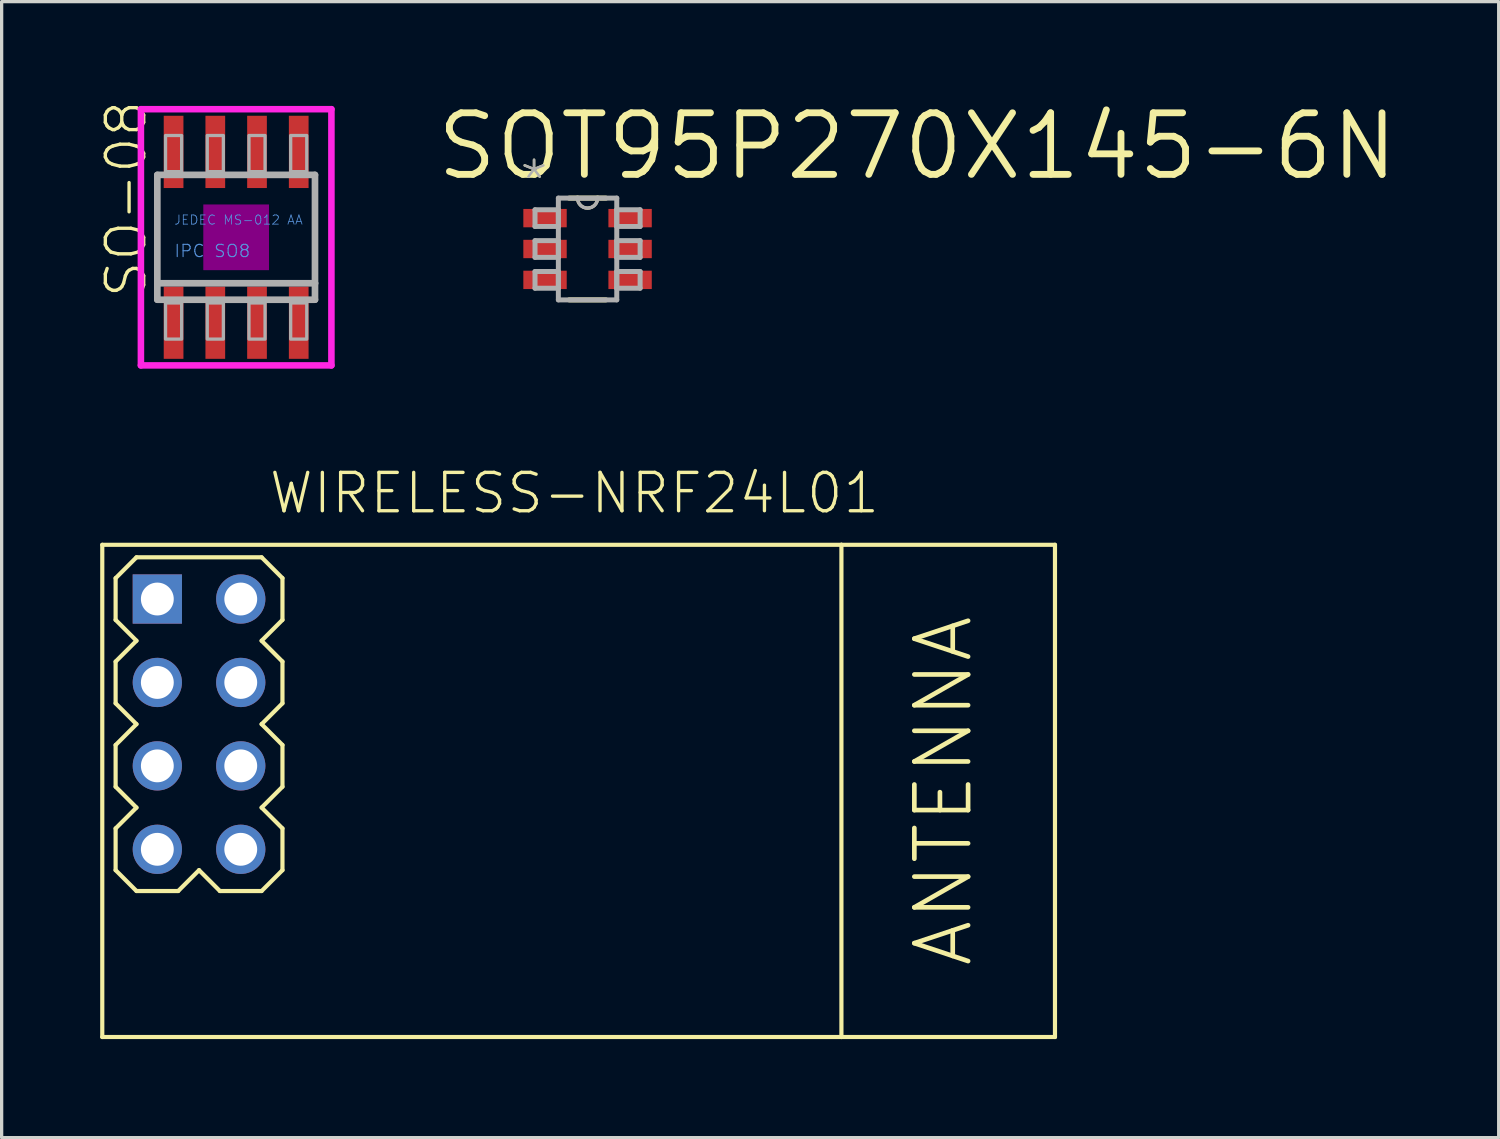
<source format=kicad_pcb>
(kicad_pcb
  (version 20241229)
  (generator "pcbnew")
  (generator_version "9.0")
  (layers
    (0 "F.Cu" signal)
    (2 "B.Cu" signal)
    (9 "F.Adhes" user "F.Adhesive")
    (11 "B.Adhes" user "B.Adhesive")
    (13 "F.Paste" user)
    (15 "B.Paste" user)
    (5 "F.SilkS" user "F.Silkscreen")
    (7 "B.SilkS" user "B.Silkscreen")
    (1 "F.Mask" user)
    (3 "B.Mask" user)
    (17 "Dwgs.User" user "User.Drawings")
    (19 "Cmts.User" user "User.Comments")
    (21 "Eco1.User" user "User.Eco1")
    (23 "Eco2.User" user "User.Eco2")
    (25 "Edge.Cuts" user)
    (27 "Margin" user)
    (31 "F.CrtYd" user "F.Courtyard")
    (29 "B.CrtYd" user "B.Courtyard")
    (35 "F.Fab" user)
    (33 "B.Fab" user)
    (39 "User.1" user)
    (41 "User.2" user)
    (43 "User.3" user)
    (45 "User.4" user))
  (footprint "SO-08"
    (layer "F.Cu")
    (at 4.14 4.175)
    (property "Reference" "SO-08" (at -2.667 1.905 90) (layer "F.SilkS") (effects (font (size 1.168 1.168) (thickness 0.102)) (justify left bottom)))
    (fp_poly (pts (xy -1 1) (xy 1 1) (xy 1 -1) (xy -1 -1)) (stroke (width 0) (type default)) (fill yes) (layer "F.Adhes"))
    (fp_line (start -2.9 -3.9) (end 2.9 -3.9) (stroke (width 0.2) (type solid)) (layer "F.CrtYd"))
    (fp_line (start -2.9 3.9) (end -2.9 -3.9) (stroke (width 0.2) (type solid)) (layer "F.CrtYd"))
    (fp_line (start 2.9 -3.9) (end 2.9 3.9) (stroke (width 0.2) (type solid)) (layer "F.CrtYd"))
    (fp_line (start 2.9 3.9) (end -2.9 3.9) (stroke (width 0.2) (type solid)) (layer "F.CrtYd"))
    (fp_line (start -2.4 -1.9) (end 2.4 -1.9) (stroke (width 0.203) (type solid)) (layer "F.Fab"))
    (fp_line (start -2.4 1.4) (end -2.4 -1.9) (stroke (width 0.203) (type solid)) (layer "F.Fab"))
    (fp_line (start -2.4 1.9) (end -2.4 1.4) (stroke (width 0.203) (type solid)) (layer "F.Fab"))
    (fp_line (start 2.4 -1.9) (end 2.4 1.4) (stroke (width 0.203) (type solid)) (layer "F.Fab"))
    (fp_line (start 2.4 1.4) (end -2.4 1.4) (stroke (width 0.203) (type solid)) (layer "F.Fab"))
    (fp_line (start 2.4 1.4) (end 2.4 1.9) (stroke (width 0.203) (type solid)) (layer "F.Fab"))
    (fp_line (start 2.4 1.9) (end -2.4 1.9) (stroke (width 0.203) (type solid)) (layer "F.Fab"))
    (fp_poly (pts (xy -2.15 -2) (xy -1.66 -2) (xy -1.66 -3.1) (xy -2.15 -3.1)) (stroke (width 0.1) (type default)) (fill no) (layer "F.Fab"))
    (fp_poly (pts (xy -2.15 3.1) (xy -1.66 3.1) (xy -1.66 2) (xy -2.15 2)) (stroke (width 0.1) (type default)) (fill no) (layer "F.Fab"))
    (fp_poly (pts (xy -0.88 -2) (xy -0.39 -2) (xy -0.39 -3.1) (xy -0.88 -3.1)) (stroke (width 0.1) (type default)) (fill no) (layer "F.Fab"))
    (fp_poly (pts (xy -0.88 3.1) (xy -0.39 3.1) (xy -0.39 2) (xy -0.88 2)) (stroke (width 0.1) (type default)) (fill no) (layer "F.Fab"))
    (fp_poly (pts (xy 0.39 -2) (xy 0.88 -2) (xy 0.88 -3.1) (xy 0.39 -3.1)) (stroke (width 0.1) (type default)) (fill no) (layer "F.Fab"))
    (fp_poly (pts (xy 0.39 3.1) (xy 0.88 3.1) (xy 0.88 2) (xy 0.39 2)) (stroke (width 0.1) (type default)) (fill no) (layer "F.Fab"))
    (fp_poly (pts (xy 1.66 -2) (xy 2.15 -2) (xy 2.15 -3.1) (xy 1.66 -3.1)) (stroke (width 0.1) (type default)) (fill no) (layer "F.Fab"))
    (fp_poly (pts (xy 1.66 3.1) (xy 2.15 3.1) (xy 2.15 2) (xy 1.66 2)) (stroke (width 0.1) (type default)) (fill no) (layer "F.Fab"))
    (fp_text user "IPC SO8" (at -1.905 0.635 0) (layer "Cmts.User") (effects (font (size 0.374 0.374) (thickness 0.033)) (justify left bottom)))
    (fp_text user "JEDEC MS-012 AA" (at -1.905 -0.365 0) (layer "Cmts.User") (effects (font (size 0.28 0.28) (thickness 0.024)) (justify left bottom)))
    (pad "1" smd rect (at -1.905 2.6) (size 0.6 2.2) (layers "F.Cu" "F.Mask" "F.Paste"))
    (pad "2" smd rect (at -0.635 2.6) (size 0.6 2.2) (layers "F.Cu" "F.Mask" "F.Paste"))
    (pad "3" smd rect (at 0.635 2.6) (size 0.6 2.2) (layers "F.Cu" "F.Mask" "F.Paste"))
    (pad "4" smd rect (at 1.905 2.6) (size 0.6 2.2) (layers "F.Cu" "F.Mask" "F.Paste"))
    (pad "5" smd rect (at 1.905 -2.6) (size 0.6 2.2) (layers "F.Cu" "F.Mask" "F.Paste"))
    (pad "6" smd rect (at 0.635 -2.6) (size 0.6 2.2) (layers "F.Cu" "F.Mask" "F.Paste"))
    (pad "7" smd rect (at -0.635 -2.6) (size 0.6 2.2) (layers "F.Cu" "F.Mask" "F.Paste"))
    (pad "8" smd rect (at -1.905 -2.6) (size 0.6 2.2) (layers "F.Cu" "F.Mask" "F.Paste")))
  (footprint "WIRELESS-NRF24L01"
    (layer "F.Cu")
    (at 14.44 21.538)
    (property "Reference" "WIRELESS-NRF24L01" (at 0 -8.89 0) (layer "F.SilkS") (effects (font (size 1.168 1.168) (thickness 0.102)) (justify bottom)))
    (fp_line (start -14.376 -8.001) (end 8.128 -8.001) (stroke (width 0.127) (type solid)) (layer "F.SilkS"))
    (fp_line (start -14.376 6.985) (end -14.376 -8.001) (stroke (width 0.127) (type solid)) (layer "F.SilkS"))
    (fp_line (start -13.97 -6.985) (end -13.335 -7.62) (stroke (width 0.127) (type solid)) (layer "F.SilkS"))
    (fp_line (start -13.97 -5.715) (end -13.97 -6.985) (stroke (width 0.127) (type solid)) (layer "F.SilkS"))
    (fp_line (start -13.97 -4.445) (end -13.335 -5.08) (stroke (width 0.127) (type solid)) (layer "F.SilkS"))
    (fp_line (start -13.97 -3.175) (end -13.97 -4.445) (stroke (width 0.127) (type solid)) (layer "F.SilkS"))
    (fp_line (start -13.97 -1.905) (end -13.335 -2.54) (stroke (width 0.127) (type solid)) (layer "F.SilkS"))
    (fp_line (start -13.97 -0.635) (end -13.97 -1.905) (stroke (width 0.127) (type solid)) (layer "F.SilkS"))
    (fp_line (start -13.97 0.635) (end -13.335 0) (stroke (width 0.127) (type solid)) (layer "F.SilkS"))
    (fp_line (start -13.97 1.905) (end -13.97 0.635) (stroke (width 0.127) (type solid)) (layer "F.SilkS"))
    (fp_line (start -13.335 -7.62) (end -9.525 -7.62) (stroke (width 0.127) (type solid)) (layer "F.SilkS"))
    (fp_line (start -13.335 -5.08) (end -13.97 -5.715) (stroke (width 0.127) (type solid)) (layer "F.SilkS"))
    (fp_line (start -13.335 -2.54) (end -13.97 -3.175) (stroke (width 0.127) (type solid)) (layer "F.SilkS"))
    (fp_line (start -13.335 0) (end -13.97 -0.635) (stroke (width 0.127) (type solid)) (layer "F.SilkS"))
    (fp_line (start -13.335 2.54) (end -13.97 1.905) (stroke (width 0.127) (type solid)) (layer "F.SilkS"))
    (fp_line (start -12.065 2.54) (end -13.335 2.54) (stroke (width 0.127) (type solid)) (layer "F.SilkS"))
    (fp_line (start -11.43 1.905) (end -12.065 2.54) (stroke (width 0.127) (type solid)) (layer "F.SilkS"))
    (fp_line (start -10.795 2.54) (end -11.43 1.905) (stroke (width 0.127) (type solid)) (layer "F.SilkS"))
    (fp_line (start -9.525 -7.62) (end -8.89 -6.985) (stroke (width 0.127) (type solid)) (layer "F.SilkS"))
    (fp_line (start -9.525 -5.08) (end -8.89 -4.445) (stroke (width 0.127) (type solid)) (layer "F.SilkS"))
    (fp_line (start -9.525 -2.54) (end -8.89 -1.905) (stroke (width 0.127) (type solid)) (layer "F.SilkS"))
    (fp_line (start -9.525 0) (end -8.89 0.635) (stroke (width 0.127) (type solid)) (layer "F.SilkS"))
    (fp_line (start -9.525 2.54) (end -10.795 2.54) (stroke (width 0.127) (type solid)) (layer "F.SilkS"))
    (fp_line (start -8.89 -6.985) (end -8.89 -5.715) (stroke (width 0.127) (type solid)) (layer "F.SilkS"))
    (fp_line (start -8.89 -5.715) (end -9.525 -5.08) (stroke (width 0.127) (type solid)) (layer "F.SilkS"))
    (fp_line (start -8.89 -4.445) (end -8.89 -3.175) (stroke (width 0.127) (type solid)) (layer "F.SilkS"))
    (fp_line (start -8.89 -3.175) (end -9.525 -2.54) (stroke (width 0.127) (type solid)) (layer "F.SilkS"))
    (fp_line (start -8.89 -1.905) (end -8.89 -0.635) (stroke (width 0.127) (type solid)) (layer "F.SilkS"))
    (fp_line (start -8.89 -0.635) (end -9.525 0) (stroke (width 0.127) (type solid)) (layer "F.SilkS"))
    (fp_line (start -8.89 0.635) (end -8.89 1.905) (stroke (width 0.127) (type solid)) (layer "F.SilkS"))
    (fp_line (start -8.89 1.905) (end -9.525 2.54) (stroke (width 0.127) (type solid)) (layer "F.SilkS"))
    (fp_line (start 8.128 -8.001) (end 8.128 6.985) (stroke (width 0.127) (type solid)) (layer "F.SilkS"))
    (fp_line (start 8.128 -8.001) (end 14.63 -8.001) (stroke (width 0.127) (type solid)) (layer "F.SilkS"))
    (fp_line (start 8.128 6.985) (end -14.376 6.985) (stroke (width 0.127) (type solid)) (layer "F.SilkS"))
    (fp_line (start 14.63 -8.001) (end 14.63 6.985) (stroke (width 0.127) (type solid)) (layer "F.SilkS"))
    (fp_line (start 14.63 6.985) (end 8.128 6.985) (stroke (width 0.127) (type solid)) (layer "F.SilkS"))
    (fp_text user "ANTENNA" (at 12.192 -0.508 90) (layer "F.SilkS") (effects (font (size 1.636 1.636) (thickness 0.142)) (justify bottom)))
    (pad "1" thru_hole rect (at -12.7 -6.35) (size 1.5 1.5) (drill 1) (layers "*.Cu" "*.Mask"))
    (pad "2" thru_hole circle (at -10.16 -6.35) (size 1.5 1.5) (drill 1) (layers "*.Cu" "*.Mask"))
    (pad "3" thru_hole circle (at -12.7 -3.81) (size 1.5 1.5) (drill 1) (layers "*.Cu" "*.Mask"))
    (pad "4" thru_hole circle (at -10.16 -3.81) (size 1.5 1.5) (drill 1) (layers "*.Cu" "*.Mask"))
    (pad "5" thru_hole circle (at -12.7 -1.27) (size 1.5 1.5) (drill 1) (layers "*.Cu" "*.Mask"))
    (pad "6" thru_hole circle (at -10.16 -1.27) (size 1.5 1.5) (drill 1) (layers "*.Cu" "*.Mask"))
    (pad "7" thru_hole circle (at -12.7 1.27) (size 1.5 1.5) (drill 1) (layers "*.Cu" "*.Mask"))
    (pad "8" thru_hole circle (at -10.16 1.27) (size 1.5 1.5) (drill 1) (layers "*.Cu" "*.Mask")))
  (footprint "SOT95P270X145-6N"
    (layer "F.Cu")
    (at 14.839 4.531)
    (property "Reference" "SOT95P270X145-6N" (at -4.699 -2.032 0) (layer "F.SilkS") (effects (font (size 1.875 1.875) (thickness 0.208)) (justify left bottom)))
    (fp_line (start -0.559 1.549) (end 0.559 1.549) (stroke (width 0.152) (type solid)) (layer "F.SilkS"))
    (fp_line (start -0.305 -1.549) (end -0.559 -1.549) (stroke (width 0.152) (type solid)) (layer "F.SilkS"))
    (fp_line (start 0.305 -1.549) (end -0.305 -1.549) (stroke (width 0.152) (type solid)) (layer "F.SilkS"))
    (fp_line (start 0.559 -1.549) (end 0.305 -1.549) (stroke (width 0.152) (type solid)) (layer "F.SilkS"))
    (fp_arc (start 0.3048 -1.5494) (mid 0 -1.2446) (end -0.3048 -1.5494) (stroke (width 0.1) (type solid)) (layer "F.SilkS"))
    (fp_line (start -1.6 -1.194) (end -1.6 -0.686) (stroke (width 0.152) (type solid)) (layer "F.Fab"))
    (fp_line (start -1.6 -0.686) (end -0.889 -0.686) (stroke (width 0.152) (type solid)) (layer "F.Fab"))
    (fp_line (start -1.6 -0.254) (end -1.6 0.254) (stroke (width 0.152) (type solid)) (layer "F.Fab"))
    (fp_line (start -1.6 0.254) (end -0.889 0.254) (stroke (width 0.152) (type solid)) (layer "F.Fab"))
    (fp_line (start -1.6 0.686) (end -1.6 1.194) (stroke (width 0.152) (type solid)) (layer "F.Fab"))
    (fp_line (start -1.6 1.194) (end -0.889 1.194) (stroke (width 0.152) (type solid)) (layer "F.Fab"))
    (fp_line (start -0.889 -1.549) (end -0.889 1.549) (stroke (width 0.152) (type solid)) (layer "F.Fab"))
    (fp_line (start -0.889 -1.194) (end -1.6 -1.194) (stroke (width 0.152) (type solid)) (layer "F.Fab"))
    (fp_line (start -0.889 -0.686) (end -0.889 -1.194) (stroke (width 0.152) (type solid)) (layer "F.Fab"))
    (fp_line (start -0.889 -0.254) (end -1.6 -0.254) (stroke (width 0.152) (type solid)) (layer "F.Fab"))
    (fp_line (start -0.889 0.254) (end -0.889 -0.254) (stroke (width 0.152) (type solid)) (layer "F.Fab"))
    (fp_line (start -0.889 0.686) (end -1.6 0.686) (stroke (width 0.152) (type solid)) (layer "F.Fab"))
    (fp_line (start -0.889 1.194) (end -0.889 0.686) (stroke (width 0.152) (type solid)) (layer "F.Fab"))
    (fp_line (start -0.889 1.549) (end 0.889 1.549) (stroke (width 0.152) (type solid)) (layer "F.Fab"))
    (fp_line (start -0.305 -1.549) (end -0.889 -1.549) (stroke (width 0.152) (type solid)) (layer "F.Fab"))
    (fp_line (start 0.305 -1.549) (end -0.305 -1.549) (stroke (width 0.152) (type solid)) (layer "F.Fab"))
    (fp_line (start 0.889 -1.549) (end 0.305 -1.549) (stroke (width 0.152) (type solid)) (layer "F.Fab"))
    (fp_line (start 0.889 -1.194) (end 0.889 -0.686) (stroke (width 0.152) (type solid)) (layer "F.Fab"))
    (fp_line (start 0.889 -0.686) (end 1.6 -0.686) (stroke (width 0.152) (type solid)) (layer "F.Fab"))
    (fp_line (start 0.889 -0.254) (end 0.889 0.254) (stroke (width 0.152) (type solid)) (layer "F.Fab"))
    (fp_line (start 0.889 0.254) (end 1.6 0.254) (stroke (width 0.152) (type solid)) (layer "F.Fab"))
    (fp_line (start 0.889 0.686) (end 0.889 1.194) (stroke (width 0.152) (type solid)) (layer "F.Fab"))
    (fp_line (start 0.889 1.194) (end 1.6 1.194) (stroke (width 0.152) (type solid)) (layer "F.Fab"))
    (fp_line (start 0.889 1.549) (end 0.889 -1.549) (stroke (width 0.152) (type solid)) (layer "F.Fab"))
    (fp_line (start 1.6 -1.194) (end 0.889 -1.194) (stroke (width 0.152) (type solid)) (layer "F.Fab"))
    (fp_line (start 1.6 -0.686) (end 1.6 -1.194) (stroke (width 0.152) (type solid)) (layer "F.Fab"))
    (fp_line (start 1.6 -0.254) (end 0.889 -0.254) (stroke (width 0.152) (type solid)) (layer "F.Fab"))
    (fp_line (start 1.6 0.254) (end 1.6 -0.254) (stroke (width 0.152) (type solid)) (layer "F.Fab"))
    (fp_line (start 1.6 0.686) (end 0.889 0.686) (stroke (width 0.152) (type solid)) (layer "F.Fab"))
    (fp_line (start 1.6 1.194) (end 1.6 0.686) (stroke (width 0.152) (type solid)) (layer "F.Fab"))
    (fp_arc (start 0.3048 -1.5494) (mid 0 -1.2446) (end -0.3048 -1.5494) (stroke (width 0.1) (type solid)) (layer "F.Fab"))
    (fp_text user "*" (at -2.134 -1.372 0) (layer "F.SilkS") (effects (font (size 1.194 1.194) (thickness 0.076)) (justify left bottom)))
    (fp_text user "*" (at -2.134 -1.372 0) (layer "F.Fab") (effects (font (size 1.194 1.194) (thickness 0.076)) (justify left bottom)))
    (pad "1" smd rect (at -1.295 -0.94) (size 1.321 0.559) (layers "F.Cu" "F.Mask" "F.Paste"))
    (pad "2" smd rect (at -1.295 0) (size 1.321 0.559) (layers "F.Cu" "F.Mask" "F.Paste"))
    (pad "3" smd rect (at -1.295 0.94) (size 1.321 0.559) (layers "F.Cu" "F.Mask" "F.Paste"))
    (pad "4" smd rect (at 1.295 0.94) (size 1.321 0.559) (layers "F.Cu" "F.Mask" "F.Paste"))
    (pad "5" smd rect (at 1.295 0) (size 1.321 0.559) (layers "F.Cu" "F.Mask" "F.Paste"))
    (pad "6" smd rect (at 1.295 -0.94) (size 1.321 0.559) (layers "F.Cu" "F.Mask" "F.Paste")))
  (gr_rect
    (start -3 -3)
    (end 42.579 31.587)
    (stroke (width 0.1) (type default))
    (fill no)
    (layer "Edge.Cuts")))
</source>
